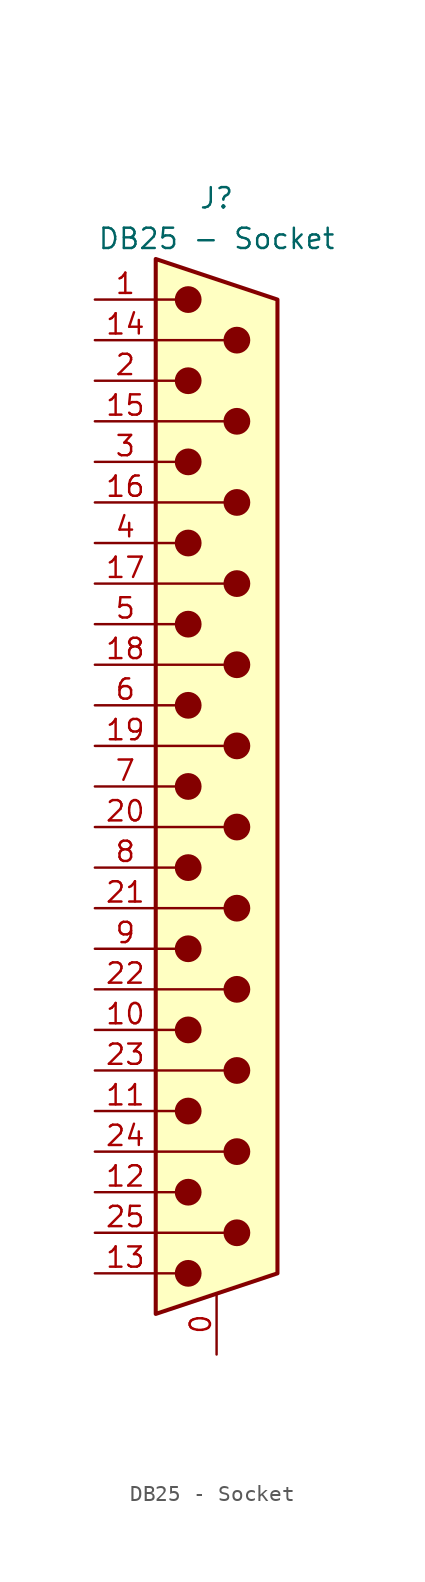
<source format=kicad_sym>
(kicad_symbol_lib
  (version 20211014)
  (generator kicad_symbol_editor)
  (symbol "DB25 - Socket"
    (pin_names
      (offset 1.016) hide)
    (property "Reference" "J"
      (at 0 34.29 0)
      (effects (font (size 1.27 1.27))))
    (property "Value" "DB25 - Socket"
      (at 0 31.75 0)
      (effects (font (size 1.27 1.27))))
    (symbol "DB25 - Socket_0_1"
      (circle (center -1.778 -33.02) (radius 0.762) (stroke (width 0) (type default) (color 0 0 0 0)) (fill (type outline)))
      (circle (center -1.778 -27.94) (radius 0.762) (stroke (width 0) (type default) (color 0 0 0 0)) (fill (type outline)))
      (circle (center -1.778 -22.86) (radius 0.762) (stroke (width 0) (type default) (color 0 0 0 0)) (fill (type outline)))
      (circle (center -1.778 -17.78) (radius 0.762) (stroke (width 0) (type default) (color 0 0 0 0)) (fill (type outline)))
      (circle (center -1.778 -12.7) (radius 0.762) (stroke (width 0) (type default) (color 0 0 0 0)) (fill (type outline)))
      (circle (center -1.778 -7.62) (radius 0.762) (stroke (width 0) (type default) (color 0 0 0 0)) (fill (type outline)))
      (circle (center -1.778 -2.54) (radius 0.762) (stroke (width 0) (type default) (color 0 0 0 0)) (fill (type outline)))
      (circle (center -1.778 2.54) (radius 0.762) (stroke (width 0) (type default) (color 0 0 0 0)) (fill (type outline)))
      (circle (center -1.778 7.62) (radius 0.762) (stroke (width 0) (type default) (color 0 0 0 0)) (fill (type outline)))
      (circle (center -1.778 12.7) (radius 0.762) (stroke (width 0) (type default) (color 0 0 0 0)) (fill (type outline)))
      (circle (center -1.778 17.78) (radius 0.762) (stroke (width 0) (type default) (color 0 0 0 0)) (fill (type outline)))
      (circle (center -1.778 22.86) (radius 0.762) (stroke (width 0) (type default) (color 0 0 0 0)) (fill (type outline)))
      (circle (center -1.778 27.94) (radius 0.762) (stroke (width 0) (type default) (color 0 0 0 0)) (fill (type outline)))
      (polyline (pts (xy -3.81 -33.02) (xy -1.27 -33.02)) (stroke (width 0) (type default) (color 0 0 0 0)) (fill (type none)))
      (polyline (pts (xy -3.81 -30.48) (xy 1.27 -30.48)) (stroke (width 0) (type default) (color 0 0 0 0)) (fill (type none)))
      (polyline (pts (xy -3.81 -27.94) (xy -1.27 -27.94)) (stroke (width 0) (type default) (color 0 0 0 0)) (fill (type none)))
      (polyline (pts (xy -3.81 -25.4) (xy 1.27 -25.4)) (stroke (width 0) (type default) (color 0 0 0 0)) (fill (type none)))
      (polyline (pts (xy -3.81 -22.86) (xy -1.27 -22.86)) (stroke (width 0) (type default) (color 0 0 0 0)) (fill (type none)))
      (polyline (pts (xy -3.81 -20.32) (xy 1.27 -20.32)) (stroke (width 0) (type default) (color 0 0 0 0)) (fill (type none)))
      (polyline (pts (xy -3.81 -17.78) (xy -1.27 -17.78)) (stroke (width 0) (type default) (color 0 0 0 0)) (fill (type none)))
      (polyline (pts (xy -3.81 -15.24) (xy 1.27 -15.24)) (stroke (width 0) (type default) (color 0 0 0 0)) (fill (type none)))
      (polyline (pts (xy -3.81 -12.7) (xy -1.27 -12.7)) (stroke (width 0) (type default) (color 0 0 0 0)) (fill (type none)))
      (polyline (pts (xy -3.81 -10.16) (xy 1.27 -10.16)) (stroke (width 0) (type default) (color 0 0 0 0)) (fill (type none)))
      (polyline (pts (xy -3.81 -7.62) (xy -1.27 -7.62)) (stroke (width 0) (type default) (color 0 0 0 0)) (fill (type none)))
      (polyline (pts (xy -3.81 -5.08) (xy 1.27 -5.08)) (stroke (width 0) (type default) (color 0 0 0 0)) (fill (type none)))
      (polyline (pts (xy -3.81 -2.54) (xy -1.27 -2.54)) (stroke (width 0) (type default) (color 0 0 0 0)) (fill (type none)))
      (polyline (pts (xy -3.81 0) (xy 1.27 0)) (stroke (width 0) (type default) (color 0 0 0 0)) (fill (type none)))
      (polyline (pts (xy -3.81 2.54) (xy -1.27 2.54)) (stroke (width 0) (type default) (color 0 0 0 0)) (fill (type none)))
      (polyline (pts (xy -3.81 5.08) (xy 1.27 5.08)) (stroke (width 0) (type default) (color 0 0 0 0)) (fill (type none)))
      (polyline (pts (xy -3.81 7.62) (xy -1.27 7.62)) (stroke (width 0) (type default) (color 0 0 0 0)) (fill (type none)))
      (polyline (pts (xy -3.81 10.16) (xy 1.27 10.16)) (stroke (width 0) (type default) (color 0 0 0 0)) (fill (type none)))
      (polyline (pts (xy -3.81 12.7) (xy -1.27 12.7)) (stroke (width 0) (type default) (color 0 0 0 0)) (fill (type none)))
      (polyline (pts (xy -3.81 15.24) (xy 1.27 15.24)) (stroke (width 0) (type default) (color 0 0 0 0)) (fill (type none)))
      (polyline (pts (xy -3.81 17.78) (xy -1.27 17.78)) (stroke (width 0) (type default) (color 0 0 0 0)) (fill (type none)))
      (polyline (pts (xy -3.81 20.32) (xy 1.27 20.32)) (stroke (width 0) (type default) (color 0 0 0 0)) (fill (type none)))
      (polyline (pts (xy -3.81 22.86) (xy -1.27 22.86)) (stroke (width 0) (type default) (color 0 0 0 0)) (fill (type none)))
      (polyline (pts (xy -3.81 25.4) (xy 1.27 25.4)) (stroke (width 0) (type default) (color 0 0 0 0)) (fill (type none)))
      (polyline (pts (xy -3.81 27.94) (xy -1.27 27.94)) (stroke (width 0) (type default) (color 0 0 0 0)) (fill (type none)))
      (polyline (pts (xy -3.81 30.48) (xy -3.81 -35.56) (xy 3.81 -33.02) (xy 3.81 27.94) (xy -3.81 30.48)) (stroke (width 0.254) (type default) (color 0 0 0 0)) (fill (type background)))
      (circle (center 1.27 -30.48) (radius 0.762) (stroke (width 0) (type default) (color 0 0 0 0)) (fill (type outline)))
      (circle (center 1.27 -25.4) (radius 0.762) (stroke (width 0) (type default) (color 0 0 0 0)) (fill (type outline)))
      (circle (center 1.27 -20.32) (radius 0.762) (stroke (width 0) (type default) (color 0 0 0 0)) (fill (type outline)))
      (circle (center 1.27 -15.24) (radius 0.762) (stroke (width 0) (type default) (color 0 0 0 0)) (fill (type outline)))
      (circle (center 1.27 -10.16) (radius 0.762) (stroke (width 0) (type default) (color 0 0 0 0)) (fill (type outline)))
      (circle (center 1.27 -5.08) (radius 0.762) (stroke (width 0) (type default) (color 0 0 0 0)) (fill (type outline)))
      (circle (center 1.27 0) (radius 0.762) (stroke (width 0) (type default) (color 0 0 0 0)) (fill (type outline)))
      (circle (center 1.27 5.08) (radius 0.762) (stroke (width 0) (type default) (color 0 0 0 0)) (fill (type outline)))
      (circle (center 1.27 10.16) (radius 0.762) (stroke (width 0) (type default) (color 0 0 0 0)) (fill (type outline)))
      (circle (center 1.27 15.24) (radius 0.762) (stroke (width 0) (type default) (color 0 0 0 0)) (fill (type outline)))
      (circle (center 1.27 20.32) (radius 0.762) (stroke (width 0) (type default) (color 0 0 0 0)) (fill (type outline)))
      (circle (center 1.27 25.4) (radius 0.762) (stroke (width 0) (type default) (color 0 0 0 0)) (fill (type outline))))
    (symbol "DB25 - Socket_1_1"
      (pin passive line (at 0 -38.1 90) (length 3.81) (name "0" (effects (font (size 1.27 1.27)))) (number "0" (effects (font (size 1.27 1.27)))))
      (pin passive line (at -7.62 27.94 0) (length 3.81) (name "1" (effects (font (size 1.27 1.27)))) (number "1" (effects (font (size 1.27 1.27)))))
      (pin passive line (at -7.62 -17.78 0) (length 3.81) (name "10" (effects (font (size 1.27 1.27)))) (number "10" (effects (font (size 1.27 1.27)))))
      (pin passive line (at -7.62 -22.86 0) (length 3.81) (name "11" (effects (font (size 1.27 1.27)))) (number "11" (effects (font (size 1.27 1.27)))))
      (pin passive line (at -7.62 -27.94 0) (length 3.81) (name "12" (effects (font (size 1.27 1.27)))) (number "12" (effects (font (size 1.27 1.27)))))
      (pin passive line (at -7.62 -33.02 0) (length 3.81) (name "13" (effects (font (size 1.27 1.27)))) (number "13" (effects (font (size 1.27 1.27)))))
      (pin passive line (at -7.62 25.4 0) (length 3.81) (name "14" (effects (font (size 1.27 1.27)))) (number "14" (effects (font (size 1.27 1.27)))))
      (pin passive line (at -7.62 20.32 0) (length 3.81) (name "15" (effects (font (size 1.27 1.27)))) (number "15" (effects (font (size 1.27 1.27)))))
      (pin passive line (at -7.62 15.24 0) (length 3.81) (name "16" (effects (font (size 1.27 1.27)))) (number "16" (effects (font (size 1.27 1.27)))))
      (pin passive line (at -7.62 10.16 0) (length 3.81) (name "17" (effects (font (size 1.27 1.27)))) (number "17" (effects (font (size 1.27 1.27)))))
      (pin passive line (at -7.62 5.08 0) (length 3.81) (name "18" (effects (font (size 1.27 1.27)))) (number "18" (effects (font (size 1.27 1.27)))))
      (pin passive line (at -7.62 0 0) (length 3.81) (name "19" (effects (font (size 1.27 1.27)))) (number "19" (effects (font (size 1.27 1.27)))))
      (pin passive line (at -7.62 22.86 0) (length 3.81) (name "2" (effects (font (size 1.27 1.27)))) (number "2" (effects (font (size 1.27 1.27)))))
      (pin passive line (at -7.62 -5.08 0) (length 3.81) (name "20" (effects (font (size 1.27 1.27)))) (number "20" (effects (font (size 1.27 1.27)))))
      (pin passive line (at -7.62 -10.16 0) (length 3.81) (name "21" (effects (font (size 1.27 1.27)))) (number "21" (effects (font (size 1.27 1.27)))))
      (pin passive line (at -7.62 -15.24 0) (length 3.81) (name "22" (effects (font (size 1.27 1.27)))) (number "22" (effects (font (size 1.27 1.27)))))
      (pin passive line (at -7.62 -20.32 0) (length 3.81) (name "23" (effects (font (size 1.27 1.27)))) (number "23" (effects (font (size 1.27 1.27)))))
      (pin passive line (at -7.62 -25.4 0) (length 3.81) (name "24" (effects (font (size 1.27 1.27)))) (number "24" (effects (font (size 1.27 1.27)))))
      (pin passive line (at -7.62 -30.48 0) (length 3.81) (name "25" (effects (font (size 1.27 1.27)))) (number "25" (effects (font (size 1.27 1.27)))))
      (pin passive line (at -7.62 17.78 0) (length 3.81) (name "3" (effects (font (size 1.27 1.27)))) (number "3" (effects (font (size 1.27 1.27)))))
      (pin passive line (at -7.62 12.7 0) (length 3.81) (name "4" (effects (font (size 1.27 1.27)))) (number "4" (effects (font (size 1.27 1.27)))))
      (pin passive line (at -7.62 7.62 0) (length 3.81) (name "5" (effects (font (size 1.27 1.27)))) (number "5" (effects (font (size 1.27 1.27)))))
      (pin passive line (at -7.62 2.54 0) (length 3.81) (name "6" (effects (font (size 1.27 1.27)))) (number "6" (effects (font (size 1.27 1.27)))))
      (pin passive line (at -7.62 -2.54 0) (length 3.81) (name "7" (effects (font (size 1.27 1.27)))) (number "7" (effects (font (size 1.27 1.27)))))
      (pin passive line (at -7.62 -7.62 0) (length 3.81) (name "8" (effects (font (size 1.27 1.27)))) (number "8" (effects (font (size 1.27 1.27)))))
      (pin passive line (at -7.62 -12.7 0) (length 3.81) (name "9" (effects (font (size 1.27 1.27)))) (number "9" (effects (font (size 1.27 1.27))))))))
</source>
